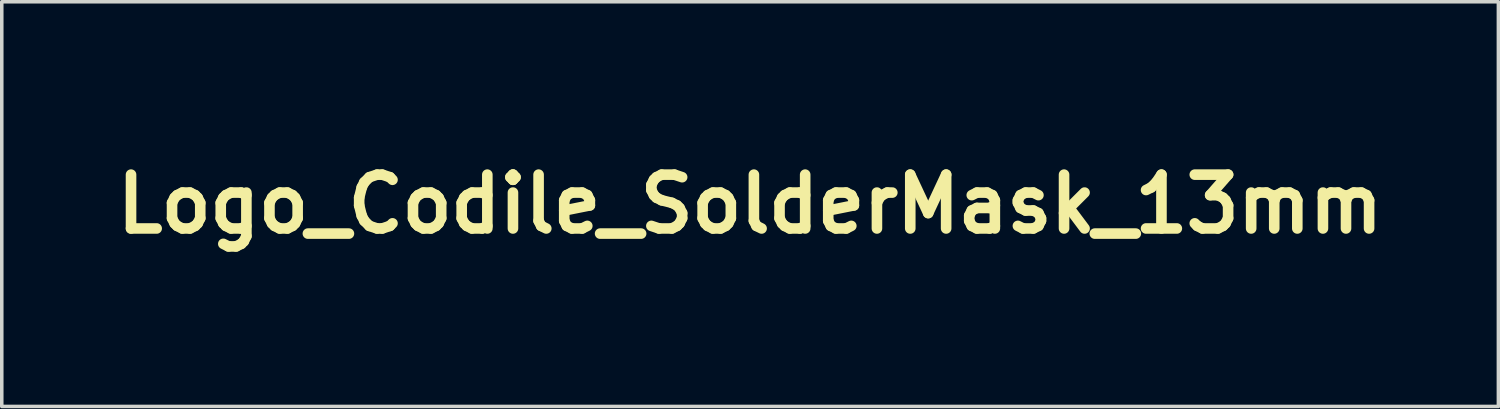
<source format=kicad_pcb>
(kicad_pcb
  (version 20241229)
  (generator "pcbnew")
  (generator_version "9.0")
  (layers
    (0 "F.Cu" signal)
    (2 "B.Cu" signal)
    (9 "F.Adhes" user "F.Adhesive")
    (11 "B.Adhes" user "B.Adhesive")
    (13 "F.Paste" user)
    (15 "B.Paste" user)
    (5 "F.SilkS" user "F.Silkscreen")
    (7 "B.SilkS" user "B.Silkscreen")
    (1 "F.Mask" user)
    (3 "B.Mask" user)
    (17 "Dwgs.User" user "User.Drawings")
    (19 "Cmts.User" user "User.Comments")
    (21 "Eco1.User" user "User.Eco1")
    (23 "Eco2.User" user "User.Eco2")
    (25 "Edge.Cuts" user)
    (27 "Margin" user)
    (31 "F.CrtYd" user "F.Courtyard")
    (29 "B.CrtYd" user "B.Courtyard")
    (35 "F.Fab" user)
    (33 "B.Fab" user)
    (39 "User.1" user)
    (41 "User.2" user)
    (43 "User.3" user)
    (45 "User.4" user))
  (footprint "Logo_Codile_SolderMask_13mm"
    (layer "F.Cu")
    (at 18.186 2.729)
    (property "Reference" "Logo_Codile_SolderMask_13mm" (at 0 0 0) (layer "F.SilkS") (effects (font (size 1.524 1.524) (thickness 0.3))))
    (attr through_hole)
    (fp_poly (pts (xy 2.47 2.724) (xy 1.962 2.724) (xy 1.962 -1.041) (xy 2.47 -1.041) (xy 2.47 2.724)) (stroke (width 0.01) (type solid)) (fill yes) (layer "F.Mask"))
    (fp_poly (pts (xy 3.609 -2.711) (xy 3.609 -2.693) (xy 3.609 -2.662) (xy 3.61 -2.621) (xy 3.61 -2.568) (xy 3.61 -2.504) (xy 3.611 -2.43) (xy 3.611 -2.346) (xy 3.611 -2.253) (xy 3.611 -2.151) (xy 3.612 -2.041) (xy 3.612 -1.922) (xy 3.612 -1.795) (xy 3.612 -1.661) (xy 3.612 -1.52) (xy 3.612 -1.373) (xy 3.613 -1.219) (xy 3.613 -1.06) (xy 3.613 -0.895) (xy 3.613 -0.725) (xy 3.613 -0.551) (xy 3.613 -0.373) (xy 3.613 -0.191) (xy 3.613 -0.006) (xy 3.613 0.003) (xy 3.613 2.724) (xy 3.105 2.724) (xy 3.107 0.205) (xy 3.108 -2.314) (xy 3.356 -2.516) (xy 3.404 -2.555) (xy 3.45 -2.592) (xy 3.492 -2.626) (xy 3.528 -2.655) (xy 3.559 -2.68) (xy 3.584 -2.699) (xy 3.6 -2.712) (xy 3.608 -2.718) (xy 3.608 -2.718) (xy 3.609 -2.711)) (stroke (width 0.01) (type solid)) (fill yes) (layer "F.Mask"))
    (fp_poly (pts (xy 1.333 2.724) (xy 0.437 2.723) (xy 0.33 2.723) (xy 0.227 2.723) (xy 0.127 2.723) (xy 0.032 2.722) (xy -0.057 2.722) (xy -0.141 2.722) (xy -0.218 2.721) (xy -0.287 2.721) (xy -0.347 2.72) (xy -0.399 2.719) (xy -0.441 2.719) (xy -0.472 2.718) (xy -0.492 2.718) (xy -0.498 2.717) (xy -0.571 2.701) (xy -0.634 2.676) (xy -0.689 2.642) (xy -0.735 2.599) (xy -0.772 2.546) (xy -0.801 2.484) (xy -0.817 2.429) (xy -0.818 2.423) (xy -0.819 2.417) (xy -0.82 2.409) (xy -0.821 2.4) (xy -0.822 2.388) (xy -0.823 2.374) (xy -0.824 2.357) (xy -0.825 2.336) (xy -0.825 2.311) (xy -0.826 2.282) (xy -0.826 2.247) (xy -0.827 2.207) (xy -0.827 2.161) (xy -0.827 2.109) (xy -0.828 2.049) (xy -0.828 1.982) (xy -0.828 1.907) (xy -0.828 1.824) (xy -0.828 1.732) (xy -0.828 1.63) (xy -0.829 1.518) (xy -0.829 1.396) (xy -0.829 1.263) (xy -0.829 1.119) (xy -0.829 0.963) (xy -0.829 0.838) (xy -0.829 0.67) (xy -0.829 0.514) (xy -0.829 0.37) (xy -0.829 0.238) (xy -0.829 0.116) (xy -0.829 0.004) (xy -0.829 -0.098) (xy -0.828 -0.191) (xy -0.828 -0.274) (xy -0.828 -0.35) (xy -0.827 -0.417) (xy -0.827 -0.478) (xy -0.826 -0.531) (xy -0.825 -0.578) (xy -0.825 -0.591) (xy -0.318 -0.591) (xy -0.318 0.837) (xy -0.317 0.971) (xy -0.317 1.101) (xy -0.317 1.228) (xy -0.317 1.35) (xy -0.317 1.467) (xy -0.317 1.578) (xy -0.317 1.683) (xy -0.316 1.781) (xy -0.316 1.872) (xy -0.316 1.956) (xy -0.316 2.03) (xy -0.315 2.096) (xy -0.315 2.152) (xy -0.315 2.197) (xy -0.314 2.232) (xy -0.314 2.256) (xy -0.313 2.268) (xy -0.313 2.269) (xy -0.306 2.27) (xy -0.288 2.27) (xy -0.258 2.271) (xy -0.219 2.271) (xy -0.17 2.272) (xy -0.114 2.272) (xy -0.05 2.273) (xy 0.02 2.273) (xy 0.096 2.273) (xy 0.176 2.273) (xy 0.255 2.273) (xy 0.819 2.273) (xy 0.819 -0.591) (xy -0.318 -0.591) (xy -0.825 -0.591) (xy -0.824 -0.619) (xy -0.823 -0.654) (xy -0.822 -0.685) (xy -0.82 -0.711) (xy -0.818 -0.733) (xy -0.816 -0.752) (xy -0.814 -0.767) (xy -0.811 -0.78) (xy -0.808 -0.791) (xy -0.805 -0.801) (xy -0.802 -0.809) (xy -0.798 -0.817) (xy -0.794 -0.824) (xy -0.79 -0.832) (xy -0.785 -0.841) (xy -0.781 -0.848) (xy -0.748 -0.903) (xy -0.705 -0.948) (xy -0.653 -0.986) (xy -0.591 -1.015) (xy -0.565 -1.023) (xy -0.518 -1.038) (xy 0.154 -1.04) (xy 0.826 -1.042) (xy 0.826 -2.31) (xy 0.906 -2.375) (xy 0.932 -2.396) (xy 0.965 -2.423) (xy 1.003 -2.454) (xy 1.047 -2.49) (xy 1.092 -2.526) (xy 1.137 -2.564) (xy 1.16 -2.583) (xy 1.333 -2.724) (xy 1.333 2.724)) (stroke (width 0.01) (type solid)) (fill yes) (layer "F.Mask"))
    (fp_poly (pts (xy -4.999 -1.038) (xy -4.918 -1.038) (xy -4.848 -1.038) (xy -4.786 -1.038) (xy -4.733 -1.037) (xy -4.687 -1.036) (xy -4.648 -1.035) (xy -4.615 -1.034) (xy -4.588 -1.032) (xy -4.564 -1.03) (xy -4.545 -1.027) (xy -4.529 -1.024) (xy -4.515 -1.021) (xy -4.503 -1.017) (xy -4.491 -1.012) (xy -4.48 -1.007) (xy -4.468 -1.001) (xy -4.454 -0.994) (xy -4.451 -0.993) (xy -4.399 -0.96) (xy -4.355 -0.919) (xy -4.318 -0.867) (xy -4.29 -0.806) (xy -4.279 -0.775) (xy -4.276 -0.764) (xy -4.273 -0.754) (xy -4.271 -0.743) (xy -4.269 -0.73) (xy -4.268 -0.715) (xy -4.267 -0.695) (xy -4.266 -0.67) (xy -4.265 -0.638) (xy -4.264 -0.6) (xy -4.264 -0.552) (xy -4.263 -0.495) (xy -4.263 -0.428) (xy -4.262 -0.367) (xy -4.26 -0.006) (xy -4.769 -0.006) (xy -4.769 -0.591) (xy -5.836 -0.591) (xy -5.836 2.273) (xy -4.769 2.273) (xy -4.769 1.581) (xy -4.26 1.581) (xy -4.263 1.995) (xy -4.263 2.081) (xy -4.263 2.155) (xy -4.264 2.218) (xy -4.265 2.272) (xy -4.266 2.317) (xy -4.267 2.355) (xy -4.268 2.386) (xy -4.271 2.412) (xy -4.273 2.433) (xy -4.277 2.451) (xy -4.281 2.466) (xy -4.286 2.481) (xy -4.292 2.495) (xy -4.299 2.509) (xy -4.306 2.524) (xy -4.334 2.574) (xy -4.37 2.616) (xy -4.413 2.651) (xy -4.465 2.68) (xy -4.527 2.704) (xy -4.537 2.707) (xy -4.544 2.709) (xy -4.551 2.711) (xy -4.559 2.713) (xy -4.568 2.714) (xy -4.579 2.715) (xy -4.594 2.717) (xy -4.612 2.717) (xy -4.634 2.718) (xy -4.662 2.719) (xy -4.695 2.72) (xy -4.736 2.72) (xy -4.783 2.72) (xy -4.839 2.721) (xy -4.904 2.721) (xy -4.978 2.721) (xy -5.063 2.721) (xy -5.158 2.722) (xy -5.266 2.722) (xy -5.28 2.722) (xy -5.374 2.722) (xy -5.465 2.722) (xy -5.552 2.722) (xy -5.634 2.722) (xy -5.711 2.721) (xy -5.781 2.721) (xy -5.843 2.72) (xy -5.898 2.72) (xy -5.943 2.719) (xy -5.979 2.719) (xy -6.003 2.718) (xy -6.016 2.717) (xy -6.016 2.717) (xy -6.089 2.701) (xy -6.152 2.677) (xy -6.207 2.643) (xy -6.253 2.599) (xy -6.291 2.547) (xy -6.32 2.485) (xy -6.333 2.446) (xy -6.347 2.397) (xy -6.349 0.876) (xy -6.349 0.694) (xy -6.349 0.524) (xy -6.349 0.367) (xy -6.349 0.221) (xy -6.349 0.087) (xy -6.349 -0.035) (xy -6.349 -0.146) (xy -6.349 -0.247) (xy -6.348 -0.336) (xy -6.348 -0.415) (xy -6.348 -0.484) (xy -6.347 -0.543) (xy -6.347 -0.592) (xy -6.346 -0.632) (xy -6.345 -0.663) (xy -6.344 -0.684) (xy -6.344 -0.697) (xy -6.343 -0.699) (xy -6.329 -0.773) (xy -6.305 -0.838) (xy -6.273 -0.894) (xy -6.231 -0.942) (xy -6.18 -0.981) (xy -6.12 -1.011) (xy -6.071 -1.027) (xy -6.064 -1.029) (xy -6.055 -1.03) (xy -6.046 -1.032) (xy -6.033 -1.033) (xy -6.017 -1.034) (xy -5.998 -1.035) (xy -5.973 -1.036) (xy -5.943 -1.036) (xy -5.907 -1.037) (xy -5.865 -1.037) (xy -5.814 -1.038) (xy -5.755 -1.038) (xy -5.688 -1.038) (xy -5.61 -1.038) (xy -5.522 -1.038) (xy -5.423 -1.038) (xy -5.311 -1.038) (xy -5.305 -1.038) (xy -5.191 -1.038) (xy -5.089 -1.038) (xy -4.999 -1.038)) (stroke (width 0.01) (type solid)) (fill yes) (layer "F.Mask"))
    (fp_poly (pts (xy 6.08 -1.024) (xy 6.136 -1.004) (xy 6.182 -0.98) (xy 6.223 -0.948) (xy 6.241 -0.931) (xy 6.279 -0.883) (xy 6.309 -0.828) (xy 6.333 -0.764) (xy 6.333 -0.763) (xy 6.335 -0.756) (xy 6.337 -0.749) (xy 6.338 -0.741) (xy 6.34 -0.732) (xy 6.341 -0.721) (xy 6.342 -0.707) (xy 6.343 -0.691) (xy 6.344 -0.67) (xy 6.345 -0.644) (xy 6.345 -0.613) (xy 6.346 -0.576) (xy 6.346 -0.532) (xy 6.347 -0.48) (xy 6.347 -0.421) (xy 6.347 -0.352) (xy 6.348 -0.275) (xy 6.348 -0.187) (xy 6.348 -0.088) (xy 6.348 0.022) (xy 6.349 0.11) (xy 6.35 0.933) (xy 4.743 0.933) (xy 4.743 2.292) (xy 5.848 2.292) (xy 5.85 2.024) (xy 5.852 1.756) (xy 6.351 1.752) (xy 6.348 2.075) (xy 6.348 2.147) (xy 6.347 2.209) (xy 6.347 2.259) (xy 6.346 2.301) (xy 6.345 2.335) (xy 6.344 2.362) (xy 6.343 2.383) (xy 6.342 2.401) (xy 6.34 2.415) (xy 6.337 2.427) (xy 6.335 2.438) (xy 6.332 2.447) (xy 6.308 2.513) (xy 6.276 2.57) (xy 6.234 2.619) (xy 6.184 2.658) (xy 6.124 2.689) (xy 6.072 2.707) (xy 6.064 2.709) (xy 6.056 2.711) (xy 6.048 2.713) (xy 6.038 2.714) (xy 6.026 2.716) (xy 6.012 2.717) (xy 5.993 2.718) (xy 5.971 2.718) (xy 5.943 2.719) (xy 5.909 2.72) (xy 5.869 2.72) (xy 5.821 2.721) (xy 5.765 2.721) (xy 5.7 2.721) (xy 5.626 2.721) (xy 5.541 2.721) (xy 5.446 2.722) (xy 5.338 2.722) (xy 5.318 2.722) (xy 5.224 2.722) (xy 5.132 2.722) (xy 5.045 2.722) (xy 4.962 2.722) (xy 4.885 2.721) (xy 4.815 2.721) (xy 4.752 2.72) (xy 4.697 2.72) (xy 4.651 2.719) (xy 4.615 2.719) (xy 4.59 2.718) (xy 4.576 2.717) (xy 4.575 2.717) (xy 4.503 2.701) (xy 4.44 2.677) (xy 4.386 2.643) (xy 4.341 2.6) (xy 4.304 2.548) (xy 4.275 2.486) (xy 4.259 2.437) (xy 4.245 2.384) (xy 4.245 0.845) (xy 4.245 0.679) (xy 4.245 0.526) (xy 4.245 0.385) (xy 4.245 0.255) (xy 4.245 0.135) (xy 4.245 0.026) (xy 4.245 -0.073) (xy 4.245 -0.163) (xy 4.246 -0.244) (xy 4.246 -0.317) (xy 4.246 -0.382) (xy 4.246 -0.44) (xy 4.247 -0.491) (xy 4.247 -0.535) (xy 4.248 -0.574) (xy 4.248 -0.607) (xy 4.248 -0.616) (xy 4.743 -0.616) (xy 4.743 0.521) (xy 5.848 0.521) (xy 5.848 -0.616) (xy 4.743 -0.616) (xy 4.248 -0.616) (xy 4.249 -0.635) (xy 4.249 -0.659) (xy 4.25 -0.679) (xy 4.251 -0.695) (xy 4.252 -0.708) (xy 4.252 -0.719) (xy 4.253 -0.728) (xy 4.255 -0.736) (xy 4.256 -0.742) (xy 4.257 -0.746) (xy 4.278 -0.815) (xy 4.308 -0.875) (xy 4.347 -0.926) (xy 4.395 -0.968) (xy 4.452 -1.001) (xy 4.519 -1.026) (xy 4.521 -1.027) (xy 4.528 -1.028) (xy 4.536 -1.03) (xy 4.545 -1.031) (xy 4.556 -1.033) (xy 4.571 -1.034) (xy 4.589 -1.035) (xy 4.612 -1.035) (xy 4.639 -1.036) (xy 4.673 -1.037) (xy 4.713 -1.037) (xy 4.761 -1.037) (xy 4.816 -1.038) (xy 4.88 -1.038) (xy 4.954 -1.038) (xy 5.038 -1.038) (xy 5.133 -1.038) (xy 5.239 -1.038) (xy 5.296 -1.038) (xy 6.029 -1.038) (xy 6.08 -1.024)) (stroke (width 0.01) (type solid)) (fill yes) (layer "F.Mask"))
    (fp_poly (pts (xy -2.232 -1.038) (xy -2.149 -1.038) (xy -2.076 -1.038) (xy -2.012 -1.038) (xy -1.957 -1.037) (xy -1.909 -1.036) (xy -1.868 -1.036) (xy -1.833 -1.034) (xy -1.804 -1.033) (xy -1.779 -1.031) (xy -1.759 -1.028) (xy -1.742 -1.026) (xy -1.727 -1.023) (xy -1.714 -1.019) (xy -1.703 -1.015) (xy -1.692 -1.01) (xy -1.68 -1.004) (xy -1.668 -0.998) (xy -1.658 -0.994) (xy -1.607 -0.963) (xy -1.563 -0.921) (xy -1.525 -0.872) (xy -1.497 -0.814) (xy -1.483 -0.771) (xy -1.478 -0.748) (xy -1.473 -0.718) (xy -1.468 -0.684) (xy -1.466 -0.664) (xy -1.466 -0.648) (xy -1.465 -0.621) (xy -1.464 -0.58) (xy -1.464 -0.528) (xy -1.463 -0.463) (xy -1.463 -0.386) (xy -1.462 -0.297) (xy -1.462 -0.196) (xy -1.462 -0.084) (xy -1.462 0.04) (xy -1.462 0.176) (xy -1.462 0.322) (xy -1.462 0.481) (xy -1.462 0.65) (xy -1.462 0.83) (xy -1.462 0.895) (xy -1.462 1.058) (xy -1.463 1.208) (xy -1.463 1.347) (xy -1.463 1.474) (xy -1.463 1.591) (xy -1.463 1.697) (xy -1.464 1.794) (xy -1.464 1.881) (xy -1.464 1.96) (xy -1.465 2.03) (xy -1.465 2.093) (xy -1.465 2.148) (xy -1.466 2.196) (xy -1.466 2.239) (xy -1.467 2.275) (xy -1.467 2.306) (xy -1.468 2.332) (xy -1.469 2.354) (xy -1.469 2.372) (xy -1.47 2.387) (xy -1.471 2.399) (xy -1.472 2.408) (xy -1.473 2.416) (xy -1.474 2.422) (xy -1.476 2.428) (xy -1.476 2.429) (xy -1.499 2.499) (xy -1.53 2.559) (xy -1.57 2.609) (xy -1.617 2.65) (xy -1.673 2.681) (xy -1.739 2.704) (xy -1.805 2.717) (xy -1.819 2.718) (xy -1.844 2.719) (xy -1.88 2.72) (xy -1.925 2.721) (xy -1.979 2.721) (xy -2.041 2.722) (xy -2.109 2.722) (xy -2.182 2.723) (xy -2.26 2.723) (xy -2.342 2.723) (xy -2.426 2.723) (xy -2.512 2.723) (xy -2.598 2.723) (xy -2.683 2.723) (xy -2.767 2.723) (xy -2.848 2.723) (xy -2.926 2.723) (xy -2.999 2.722) (xy -3.066 2.722) (xy -3.126 2.721) (xy -3.179 2.72) (xy -3.223 2.72) (xy -3.258 2.719) (xy -3.281 2.718) (xy -3.292 2.717) (xy -3.365 2.701) (xy -3.429 2.676) (xy -3.484 2.642) (xy -3.531 2.599) (xy -3.568 2.547) (xy -3.596 2.486) (xy -3.615 2.417) (xy -3.619 2.389) (xy -3.62 2.379) (xy -3.621 2.36) (xy -3.622 2.331) (xy -3.622 2.294) (xy -3.623 2.247) (xy -3.623 2.19) (xy -3.624 2.124) (xy -3.624 2.047) (xy -3.624 1.959) (xy -3.625 1.861) (xy -3.625 1.752) (xy -3.625 1.632) (xy -3.625 1.501) (xy -3.625 1.357) (xy -3.625 1.202) (xy -3.625 1.035) (xy -3.625 0.855) (xy -3.625 0.806) (xy -3.623 -0.591) (xy -3.111 -0.591) (xy -3.111 2.273) (xy -2.545 2.272) (xy -1.978 2.27) (xy -1.976 0.84) (xy -1.975 -0.591) (xy -3.111 -0.591) (xy -3.623 -0.591) (xy -3.623 -0.727) (xy -3.608 -0.775) (xy -3.582 -0.841) (xy -3.549 -0.897) (xy -3.508 -0.943) (xy -3.459 -0.98) (xy -3.434 -0.993) (xy -3.421 -1) (xy -3.409 -1.006) (xy -3.398 -1.011) (xy -3.387 -1.016) (xy -3.375 -1.02) (xy -3.362 -1.023) (xy -3.347 -1.026) (xy -3.329 -1.029) (xy -3.307 -1.031) (xy -3.281 -1.033) (xy -3.25 -1.035) (xy -3.214 -1.036) (xy -3.171 -1.037) (xy -3.12 -1.037) (xy -3.062 -1.038) (xy -2.995 -1.038) (xy -2.919 -1.038) (xy -2.833 -1.038) (xy -2.736 -1.038) (xy -2.628 -1.038) (xy -2.546 -1.038) (xy -2.43 -1.038) (xy -2.325 -1.038) (xy -2.232 -1.038)) (stroke (width 0.01) (type solid)) (fill yes) (layer "F.Mask")))
  (gr_rect
    (start -3 -3)
    (end 39.373 8.458)
    (stroke (width 0.1) (type default))
    (fill no)
    (layer "Edge.Cuts")))
</source>
